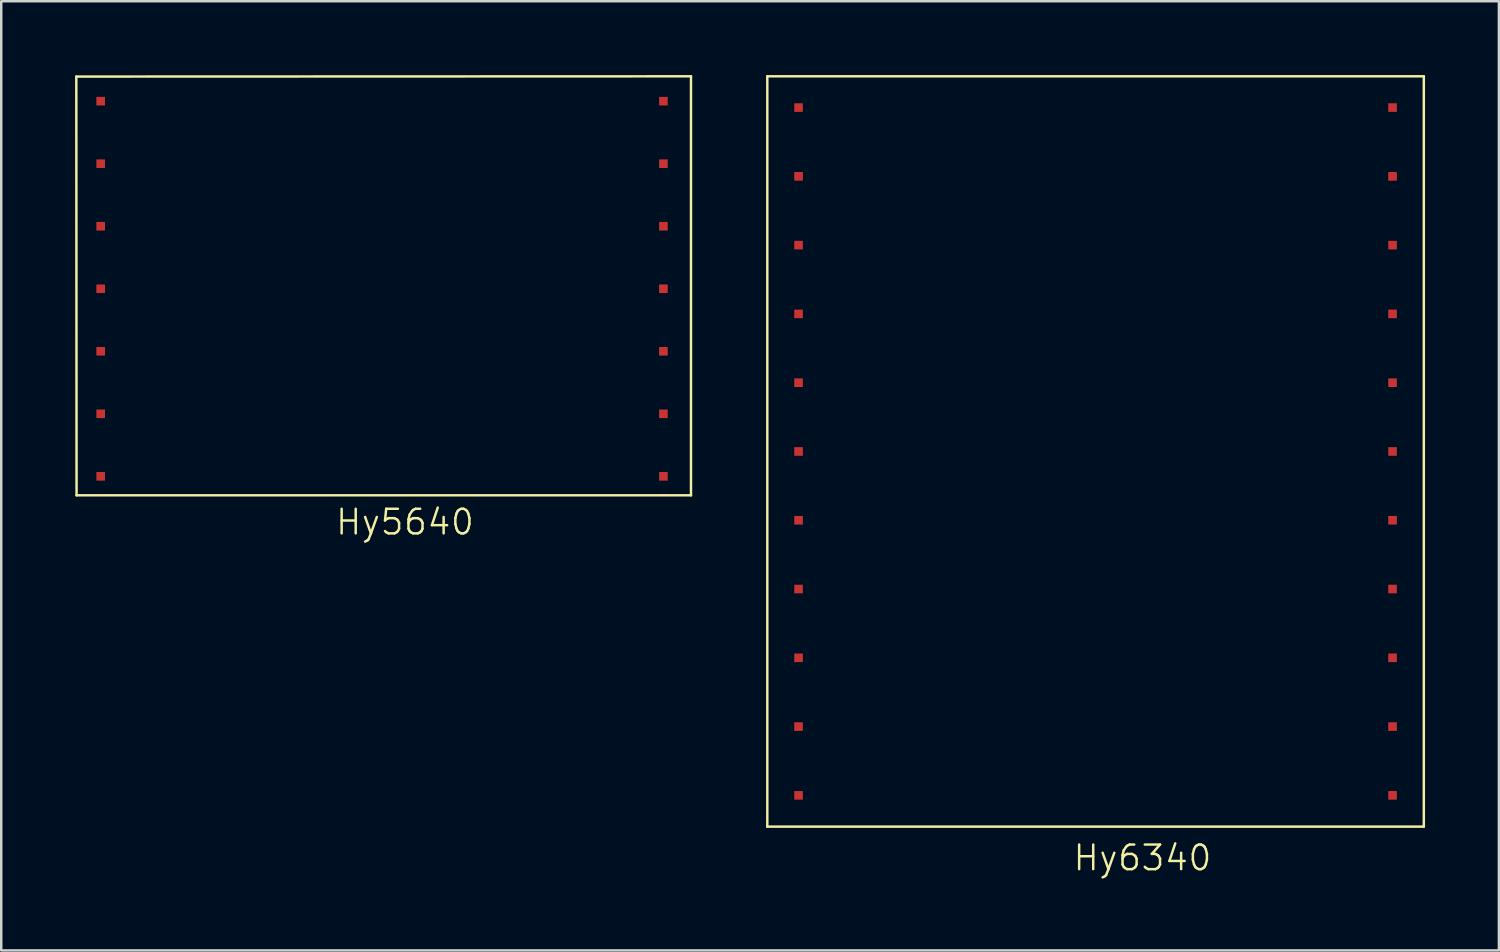
<source format=kicad_pcb>
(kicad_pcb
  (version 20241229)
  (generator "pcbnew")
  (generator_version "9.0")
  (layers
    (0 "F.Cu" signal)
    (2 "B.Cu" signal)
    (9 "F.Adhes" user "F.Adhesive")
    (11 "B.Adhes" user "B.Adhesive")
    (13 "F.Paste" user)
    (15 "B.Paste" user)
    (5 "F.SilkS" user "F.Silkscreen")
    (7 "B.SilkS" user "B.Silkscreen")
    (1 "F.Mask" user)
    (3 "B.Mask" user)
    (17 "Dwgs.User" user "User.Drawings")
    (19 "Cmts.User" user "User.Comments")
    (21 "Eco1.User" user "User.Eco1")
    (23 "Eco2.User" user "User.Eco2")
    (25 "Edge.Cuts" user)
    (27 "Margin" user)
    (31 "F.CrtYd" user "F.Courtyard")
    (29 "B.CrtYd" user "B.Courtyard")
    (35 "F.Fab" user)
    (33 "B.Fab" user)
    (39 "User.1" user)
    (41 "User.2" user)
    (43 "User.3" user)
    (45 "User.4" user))
  (footprint "Hy6340"
    (layer "F.Cu")
    (at 29.39 29.26)
    (property "Reference" "Hy6340" (at 13.97 2.54 0) (unlocked yes) (layer "F.SilkS") (effects (font (size 1 1) (thickness 0.1))))
    (attr through_hole)
    (fp_line (start -1.27 -29.21) (end -1.27 1.27) (stroke (width 0.1) (type default)) (layer "F.SilkS"))
    (fp_line (start -1.27 1.27) (end 25.4 1.27) (stroke (width 0.1) (type default)) (layer "F.SilkS"))
    (fp_line (start 25.4 -29.21) (end -1.27 -29.21) (stroke (width 0.1) (type default)) (layer "F.SilkS"))
    (fp_line (start 25.4 1.27) (end 25.4 -29.21) (stroke (width 0.1) (type default)) (layer "F.SilkS"))
    (pad "1" smd rect (at 0 0 90) (size 0.35 0.35) (layers "F.Cu" "F.Mask" "F.Paste"))
    (pad "2" smd rect (at 0 -2.794 90) (size 0.35 0.35) (layers "F.Cu" "F.Mask" "F.Paste"))
    (pad "3" smd rect (at 0 -5.588 90) (size 0.35 0.35) (layers "F.Cu" "F.Mask" "F.Paste"))
    (pad "4" smd rect (at 0 -8.382 90) (size 0.35 0.35) (layers "F.Cu" "F.Mask" "F.Paste"))
    (pad "5" smd rect (at 0 -11.176 90) (size 0.35 0.35) (layers "F.Cu" "F.Mask" "F.Paste"))
    (pad "6" smd rect (at 0 -13.97 90) (size 0.35 0.35) (layers "F.Cu" "F.Mask" "F.Paste"))
    (pad "7" smd rect (at 0 -16.764 90) (size 0.35 0.35) (layers "F.Cu" "F.Mask" "F.Paste"))
    (pad "8" smd rect (at 0 -19.558 90) (size 0.35 0.35) (layers "F.Cu" "F.Mask" "F.Paste"))
    (pad "9" smd rect (at 0 -22.352 90) (size 0.35 0.35) (layers "F.Cu" "F.Mask" "F.Paste"))
    (pad "10" smd rect (at 0 -25.146 90) (size 0.35 0.35) (layers "F.Cu" "F.Mask" "F.Paste"))
    (pad "11" smd rect (at 0 -27.94 90) (size 0.35 0.35) (layers "F.Cu" "F.Mask" "F.Paste"))
    (pad "12" smd rect (at 24.13 -27.94 90) (size 0.35 0.35) (layers "F.Cu" "F.Mask" "F.Paste"))
    (pad "13" smd rect (at 24.13 -25.146 90) (size 0.35 0.35) (layers "F.Cu" "F.Mask" "F.Paste"))
    (pad "14" smd rect (at 24.13 -22.352 90) (size 0.35 0.35) (layers "F.Cu" "F.Mask" "F.Paste"))
    (pad "15" smd rect (at 24.13 -19.558 90) (size 0.35 0.35) (layers "F.Cu" "F.Mask" "F.Paste"))
    (pad "16" smd rect (at 24.13 -16.764 90) (size 0.35 0.35) (layers "F.Cu" "F.Mask" "F.Paste"))
    (pad "17" smd rect (at 24.13 -13.97 90) (size 0.35 0.35) (layers "F.Cu" "F.Mask" "F.Paste"))
    (pad "18" smd rect (at 24.13 -11.176 90) (size 0.35 0.35) (layers "F.Cu" "F.Mask" "F.Paste"))
    (pad "19" smd rect (at 24.13 -8.382 90) (size 0.35 0.35) (layers "F.Cu" "F.Mask" "F.Paste"))
    (pad "20" smd rect (at 24.13 -5.588 90) (size 0.35 0.35) (layers "F.Cu" "F.Mask" "F.Paste"))
    (pad "21" smd rect (at 24.13 -2.794 90) (size 0.35 0.35) (layers "F.Cu" "F.Mask" "F.Paste"))
    (pad "22" smd rect (at 24.13 0 90) (size 0.35 0.35) (layers "F.Cu" "F.Mask" "F.Paste")))
  (footprint "Hy5640"
    (layer "F.Cu")
    (at 1.04 1.06)
    (property "Reference" "Hy5640" (at 12.36 17.1 0) (unlocked yes) (layer "F.SilkS") (effects (font (size 1 1) (thickness 0.1))))
    (attr through_hole)
    (fp_line (start -0.99 -1) (end -0.98 16.01) (stroke (width 0.1) (type default)) (layer "F.SilkS"))
    (fp_line (start 23.98 -1.01) (end -0.99 -1) (stroke (width 0.1) (type default)) (layer "F.SilkS"))
    (fp_line (start 23.98 -1.01) (end 23.98 16.01) (stroke (width 0.1) (type default)) (layer "F.SilkS"))
    (fp_line (start 23.98 16.01) (end -0.98 16.01) (stroke (width 0.1) (type default)) (layer "F.SilkS"))
    (pad "1" smd rect (at 0 0) (size 0.35 0.35) (layers "F.Cu" "F.Mask" "F.Paste"))
    (pad "2" smd rect (at 0 2.54) (size 0.35 0.35) (layers "F.Cu" "F.Mask" "F.Paste"))
    (pad "3" smd rect (at 0 5.08) (size 0.35 0.35) (layers "F.Cu" "F.Mask" "F.Paste"))
    (pad "4" smd rect (at 0 7.62) (size 0.35 0.35) (layers "F.Cu" "F.Mask" "F.Paste"))
    (pad "5" smd rect (at 0 10.16) (size 0.35 0.35) (layers "F.Cu" "F.Mask" "F.Paste"))
    (pad "6" smd rect (at 0 12.7) (size 0.35 0.35) (layers "F.Cu" "F.Mask" "F.Paste"))
    (pad "7" smd rect (at 0 15.24) (size 0.35 0.35) (layers "F.Cu" "F.Mask" "F.Paste"))
    (pad "8" smd rect (at 22.86 15.24) (size 0.35 0.35) (layers "F.Cu" "F.Mask" "F.Paste"))
    (pad "9" smd rect (at 22.86 12.7) (size 0.35 0.35) (layers "F.Cu" "F.Mask" "F.Paste"))
    (pad "10" smd rect (at 22.86 10.16) (size 0.35 0.35) (layers "F.Cu" "F.Mask" "F.Paste"))
    (pad "11" smd rect (at 22.86 7.62) (size 0.35 0.35) (layers "F.Cu" "F.Mask" "F.Paste"))
    (pad "12" smd rect (at 22.86 5.08) (size 0.35 0.35) (layers "F.Cu" "F.Mask" "F.Paste"))
    (pad "13" smd rect (at 22.86 2.54) (size 0.35 0.35) (layers "F.Cu" "F.Mask" "F.Paste"))
    (pad "14" smd rect (at 22.86 0) (size 0.35 0.35) (layers "F.Cu" "F.Mask" "F.Paste")))
  (gr_rect
    (start -3 -3)
    (end 57.84 35.56)
    (stroke (width 0.1) (type default))
    (fill no)
    (layer "Edge.Cuts")))
</source>
